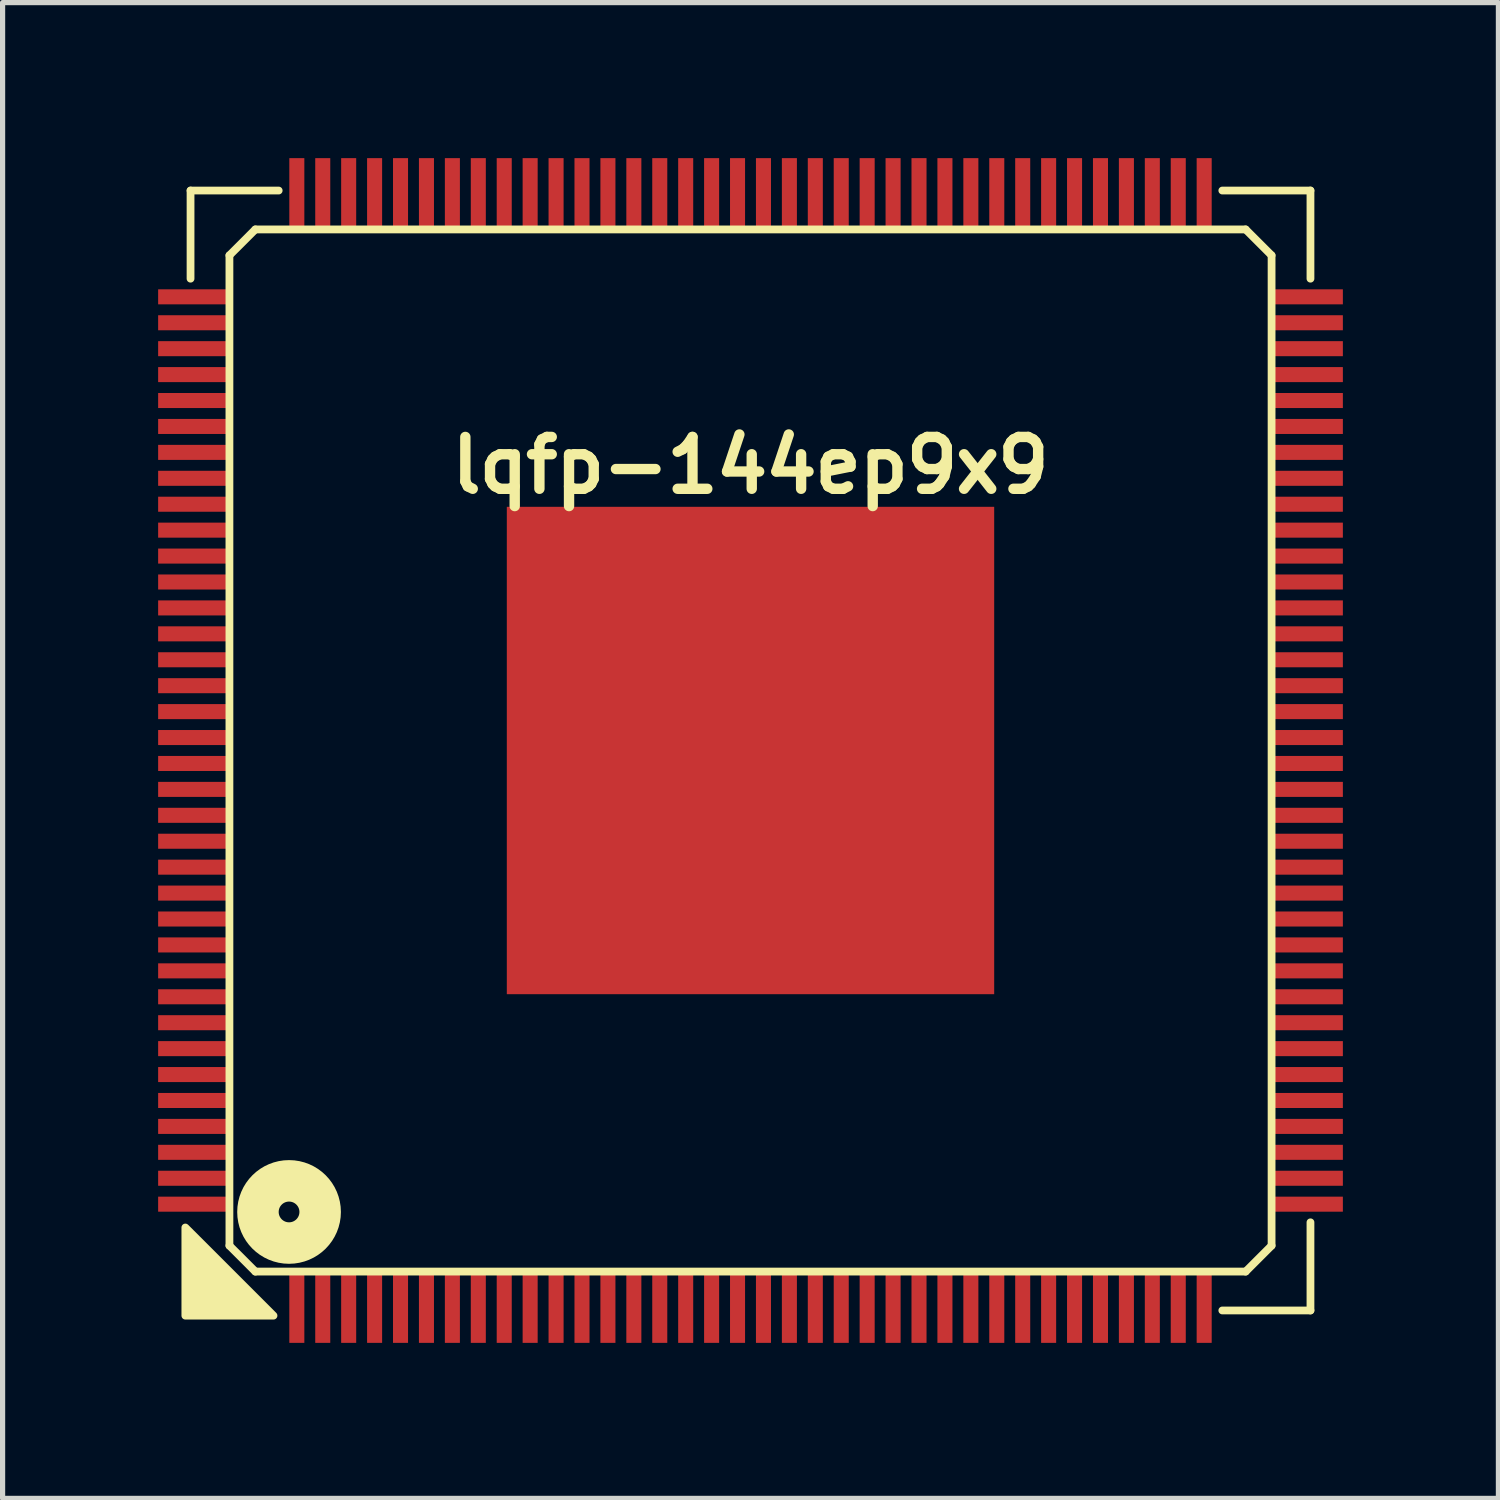
<source format=kicad_pcb>
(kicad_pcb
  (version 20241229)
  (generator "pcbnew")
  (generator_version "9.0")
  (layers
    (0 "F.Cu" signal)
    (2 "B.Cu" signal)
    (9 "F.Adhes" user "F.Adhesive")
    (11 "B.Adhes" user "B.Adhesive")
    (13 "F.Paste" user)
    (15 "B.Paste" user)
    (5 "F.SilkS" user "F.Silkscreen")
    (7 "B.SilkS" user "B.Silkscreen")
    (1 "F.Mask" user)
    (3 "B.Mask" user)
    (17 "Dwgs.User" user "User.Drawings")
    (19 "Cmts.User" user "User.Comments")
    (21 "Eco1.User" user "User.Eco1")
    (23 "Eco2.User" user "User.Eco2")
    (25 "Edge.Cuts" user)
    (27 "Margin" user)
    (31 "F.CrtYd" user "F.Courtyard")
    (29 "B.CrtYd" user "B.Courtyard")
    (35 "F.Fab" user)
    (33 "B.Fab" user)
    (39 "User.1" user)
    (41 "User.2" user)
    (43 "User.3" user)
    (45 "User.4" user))
  (footprint "lqfp-144ep9x9"
    (layer "F.Cu")
    (at 11.425 11.425)
    (property "Reference" "lqfp-144ep9x9" (at 0 -5.5 0) (layer "F.SilkS") (effects (font (size 1 1) (thickness 0.2))))
    (attr smd)
    (fp_line (start -10.8 -10.8) (end -9.1 -10.8) (stroke (width 0.15) (type solid)) (layer "F.SilkS"))
    (fp_line (start -10.8 -9.1) (end -10.8 -10.8) (stroke (width 0.15) (type solid)) (layer "F.SilkS"))
    (fp_line (start -10.05 -9.55) (end -9.55 -10.05) (stroke (width 0.15) (type solid)) (layer "F.SilkS"))
    (fp_line (start -10.05 9.55) (end -10.05 -9.55) (stroke (width 0.15) (type solid)) (layer "F.SilkS"))
    (fp_line (start -9.55 -10.05) (end 9.55 -10.05) (stroke (width 0.15) (type solid)) (layer "F.SilkS"))
    (fp_line (start -9.55 10.05) (end -10.05 9.55) (stroke (width 0.15) (type solid)) (layer "F.SilkS"))
    (fp_line (start 9.1 -10.8) (end 10.8 -10.8) (stroke (width 0.15) (type solid)) (layer "F.SilkS"))
    (fp_line (start 9.55 -10.05) (end 10.05 -9.55) (stroke (width 0.15) (type solid)) (layer "F.SilkS"))
    (fp_line (start 9.55 10.05) (end -9.55 10.05) (stroke (width 0.15) (type solid)) (layer "F.SilkS"))
    (fp_line (start 10.05 -9.55) (end 10.05 9.55) (stroke (width 0.15) (type solid)) (layer "F.SilkS"))
    (fp_line (start 10.05 9.55) (end 9.55 10.05) (stroke (width 0.15) (type solid)) (layer "F.SilkS"))
    (fp_line (start 10.8 -10.8) (end 10.8 -9.1) (stroke (width 0.15) (type solid)) (layer "F.SilkS"))
    (fp_line (start 10.8 9.1) (end 10.8 10.8) (stroke (width 0.15) (type solid)) (layer "F.SilkS"))
    (fp_line (start 10.8 10.8) (end 9.1 10.8) (stroke (width 0.15) (type solid)) (layer "F.SilkS"))
    (fp_circle (center -8.9 8.9) (end -8.7 8.9) (stroke (width 0.8) (type solid)) (fill no) (layer "F.SilkS"))
    (fp_poly (pts (xy -9.2 10.9) (xy -10.9 10.9) (xy -10.9 9.2)) (stroke (width 0.15) (type solid)) (fill yes) (layer "F.SilkS"))
    (pad "" smd rect (at -3.45 -3.45) (size 2 2) (layers "F.Paste"))
    (pad "" smd rect (at -3.45 -1.15) (size 2 2) (layers "F.Paste"))
    (pad "" smd rect (at -3.45 1.15) (size 2 2) (layers "F.Paste"))
    (pad "" smd rect (at -3.45 3.45) (size 2 2) (layers "F.Paste"))
    (pad "" smd rect (at -1.15 -3.45) (size 2 2) (layers "F.Paste"))
    (pad "" smd rect (at -1.15 -1.15) (size 2 2) (layers "F.Paste"))
    (pad "" smd rect (at -1.15 1.15) (size 2 2) (layers "F.Paste"))
    (pad "" smd rect (at -1.15 3.45) (size 2 2) (layers "F.Paste"))
    (pad "" smd rect (at 1.15 -3.45) (size 2 2) (layers "F.Paste"))
    (pad "" smd rect (at 1.15 -1.15) (size 2 2) (layers "F.Paste"))
    (pad "" smd rect (at 1.15 1.15) (size 2 2) (layers "F.Paste"))
    (pad "" smd rect (at 1.15 3.45) (size 2 2) (layers "F.Paste"))
    (pad "" smd rect (at 3.45 -3.45) (size 2 2) (layers "F.Paste"))
    (pad "" smd rect (at 3.45 -1.15) (size 2 2) (layers "F.Paste"))
    (pad "" smd rect (at 3.45 1.15) (size 2 2) (layers "F.Paste"))
    (pad "" smd rect (at 3.45 3.45) (size 2 2) (layers "F.Paste"))
    (pad "1" smd rect (at -8.75 10.75) (size 0.29 1.35) (layers "F.Cu" "F.Mask" "F.Paste"))
    (pad "2" smd rect (at -8.25 10.75) (size 0.29 1.35) (layers "F.Cu" "F.Mask" "F.Paste"))
    (pad "3" smd rect (at -7.75 10.75) (size 0.29 1.35) (layers "F.Cu" "F.Mask" "F.Paste"))
    (pad "4" smd rect (at -7.25 10.75) (size 0.29 1.35) (layers "F.Cu" "F.Mask" "F.Paste"))
    (pad "5" smd rect (at -6.75 10.75) (size 0.29 1.35) (layers "F.Cu" "F.Mask" "F.Paste"))
    (pad "6" smd rect (at -6.25 10.75) (size 0.29 1.35) (layers "F.Cu" "F.Mask" "F.Paste"))
    (pad "7" smd rect (at -5.75 10.75) (size 0.29 1.35) (layers "F.Cu" "F.Mask" "F.Paste"))
    (pad "8" smd rect (at -5.25 10.75) (size 0.29 1.35) (layers "F.Cu" "F.Mask" "F.Paste"))
    (pad "9" smd rect (at -4.75 10.75) (size 0.29 1.35) (layers "F.Cu" "F.Mask" "F.Paste"))
    (pad "10" smd rect (at -4.25 10.75) (size 0.29 1.35) (layers "F.Cu" "F.Mask" "F.Paste"))
    (pad "11" smd rect (at -3.75 10.75) (size 0.29 1.35) (layers "F.Cu" "F.Mask" "F.Paste"))
    (pad "12" smd rect (at -3.25 10.75) (size 0.29 1.35) (layers "F.Cu" "F.Mask" "F.Paste"))
    (pad "13" smd rect (at -2.75 10.75) (size 0.29 1.35) (layers "F.Cu" "F.Mask" "F.Paste"))
    (pad "14" smd rect (at -2.25 10.75) (size 0.29 1.35) (layers "F.Cu" "F.Mask" "F.Paste"))
    (pad "15" smd rect (at -1.75 10.75) (size 0.29 1.35) (layers "F.Cu" "F.Mask" "F.Paste"))
    (pad "16" smd rect (at -1.25 10.75) (size 0.29 1.35) (layers "F.Cu" "F.Mask" "F.Paste"))
    (pad "17" smd rect (at -0.75 10.75) (size 0.29 1.35) (layers "F.Cu" "F.Mask" "F.Paste"))
    (pad "18" smd rect (at -0.25 10.75) (size 0.29 1.35) (layers "F.Cu" "F.Mask" "F.Paste"))
    (pad "19" smd rect (at 0.25 10.75) (size 0.29 1.35) (layers "F.Cu" "F.Mask" "F.Paste"))
    (pad "20" smd rect (at 0.75 10.75) (size 0.29 1.35) (layers "F.Cu" "F.Mask" "F.Paste"))
    (pad "21" smd rect (at 1.25 10.75) (size 0.29 1.35) (layers "F.Cu" "F.Mask" "F.Paste"))
    (pad "22" smd rect (at 1.75 10.75) (size 0.29 1.35) (layers "F.Cu" "F.Mask" "F.Paste"))
    (pad "23" smd rect (at 2.25 10.75) (size 0.29 1.35) (layers "F.Cu" "F.Mask" "F.Paste"))
    (pad "24" smd rect (at 2.75 10.75) (size 0.29 1.35) (layers "F.Cu" "F.Mask" "F.Paste"))
    (pad "25" smd rect (at 3.25 10.75) (size 0.29 1.35) (layers "F.Cu" "F.Mask" "F.Paste"))
    (pad "26" smd rect (at 3.75 10.75) (size 0.29 1.35) (layers "F.Cu" "F.Mask" "F.Paste"))
    (pad "27" smd rect (at 4.25 10.75) (size 0.29 1.35) (layers "F.Cu" "F.Mask" "F.Paste"))
    (pad "28" smd rect (at 4.75 10.75) (size 0.29 1.35) (layers "F.Cu" "F.Mask" "F.Paste"))
    (pad "29" smd rect (at 5.25 10.75) (size 0.29 1.35) (layers "F.Cu" "F.Mask" "F.Paste"))
    (pad "30" smd rect (at 5.75 10.75) (size 0.29 1.35) (layers "F.Cu" "F.Mask" "F.Paste"))
    (pad "31" smd rect (at 6.25 10.75) (size 0.29 1.35) (layers "F.Cu" "F.Mask" "F.Paste"))
    (pad "32" smd rect (at 6.75 10.75) (size 0.29 1.35) (layers "F.Cu" "F.Mask" "F.Paste"))
    (pad "33" smd rect (at 7.25 10.75) (size 0.29 1.35) (layers "F.Cu" "F.Mask" "F.Paste"))
    (pad "34" smd rect (at 7.75 10.75) (size 0.29 1.35) (layers "F.Cu" "F.Mask" "F.Paste"))
    (pad "35" smd rect (at 8.25 10.75) (size 0.29 1.35) (layers "F.Cu" "F.Mask" "F.Paste"))
    (pad "36" smd rect (at 8.75 10.75) (size 0.29 1.35) (layers "F.Cu" "F.Mask" "F.Paste"))
    (pad "37" smd rect (at 10.75 8.75) (size 1.35 0.29) (layers "F.Cu" "F.Mask" "F.Paste"))
    (pad "38" smd rect (at 10.75 8.25) (size 1.35 0.29) (layers "F.Cu" "F.Mask" "F.Paste"))
    (pad "39" smd rect (at 10.75 7.75) (size 1.35 0.29) (layers "F.Cu" "F.Mask" "F.Paste"))
    (pad "40" smd rect (at 10.75 7.25) (size 1.35 0.29) (layers "F.Cu" "F.Mask" "F.Paste"))
    (pad "41" smd rect (at 10.75 6.75) (size 1.35 0.29) (layers "F.Cu" "F.Mask" "F.Paste"))
    (pad "42" smd rect (at 10.75 6.25) (size 1.35 0.29) (layers "F.Cu" "F.Mask" "F.Paste"))
    (pad "43" smd rect (at 10.75 5.75) (size 1.35 0.29) (layers "F.Cu" "F.Mask" "F.Paste"))
    (pad "44" smd rect (at 10.75 5.25) (size 1.35 0.29) (layers "F.Cu" "F.Mask" "F.Paste"))
    (pad "45" smd rect (at 10.75 4.75) (size 1.35 0.29) (layers "F.Cu" "F.Mask" "F.Paste"))
    (pad "46" smd rect (at 10.75 4.25) (size 1.35 0.29) (layers "F.Cu" "F.Mask" "F.Paste"))
    (pad "47" smd rect (at 10.75 3.75) (size 1.35 0.29) (layers "F.Cu" "F.Mask" "F.Paste"))
    (pad "48" smd rect (at 10.75 3.25) (size 1.35 0.29) (layers "F.Cu" "F.Mask" "F.Paste"))
    (pad "49" smd rect (at 10.75 2.75) (size 1.35 0.29) (layers "F.Cu" "F.Mask" "F.Paste"))
    (pad "50" smd rect (at 10.75 2.25) (size 1.35 0.29) (layers "F.Cu" "F.Mask" "F.Paste"))
    (pad "51" smd rect (at 10.75 1.75) (size 1.35 0.29) (layers "F.Cu" "F.Mask" "F.Paste"))
    (pad "52" smd rect (at 10.75 1.25) (size 1.35 0.29) (layers "F.Cu" "F.Mask" "F.Paste"))
    (pad "53" smd rect (at 10.75 0.75) (size 1.35 0.29) (layers "F.Cu" "F.Mask" "F.Paste"))
    (pad "54" smd rect (at 10.75 0.25) (size 1.35 0.29) (layers "F.Cu" "F.Mask" "F.Paste"))
    (pad "55" smd rect (at 10.75 -0.25) (size 1.35 0.29) (layers "F.Cu" "F.Mask" "F.Paste"))
    (pad "56" smd rect (at 10.75 -0.75) (size 1.35 0.29) (layers "F.Cu" "F.Mask" "F.Paste"))
    (pad "57" smd rect (at 10.75 -1.25) (size 1.35 0.29) (layers "F.Cu" "F.Mask" "F.Paste"))
    (pad "58" smd rect (at 10.75 -1.75) (size 1.35 0.29) (layers "F.Cu" "F.Mask" "F.Paste"))
    (pad "59" smd rect (at 10.75 -2.25) (size 1.35 0.29) (layers "F.Cu" "F.Mask" "F.Paste"))
    (pad "60" smd rect (at 10.75 -2.75) (size 1.35 0.29) (layers "F.Cu" "F.Mask" "F.Paste"))
    (pad "61" smd rect (at 10.75 -3.25) (size 1.35 0.29) (layers "F.Cu" "F.Mask" "F.Paste"))
    (pad "62" smd rect (at 10.75 -3.75) (size 1.35 0.29) (layers "F.Cu" "F.Mask" "F.Paste"))
    (pad "63" smd rect (at 10.75 -4.25) (size 1.35 0.29) (layers "F.Cu" "F.Mask" "F.Paste"))
    (pad "64" smd rect (at 10.75 -4.75) (size 1.35 0.29) (layers "F.Cu" "F.Mask" "F.Paste"))
    (pad "65" smd rect (at 10.75 -5.25) (size 1.35 0.29) (layers "F.Cu" "F.Mask" "F.Paste"))
    (pad "66" smd rect (at 10.75 -5.75) (size 1.35 0.29) (layers "F.Cu" "F.Mask" "F.Paste"))
    (pad "67" smd rect (at 10.75 -6.25) (size 1.35 0.29) (layers "F.Cu" "F.Mask" "F.Paste"))
    (pad "68" smd rect (at 10.75 -6.75) (size 1.35 0.29) (layers "F.Cu" "F.Mask" "F.Paste"))
    (pad "69" smd rect (at 10.75 -7.25) (size 1.35 0.29) (layers "F.Cu" "F.Mask" "F.Paste"))
    (pad "70" smd rect (at 10.75 -7.75) (size 1.35 0.29) (layers "F.Cu" "F.Mask" "F.Paste"))
    (pad "71" smd rect (at 10.75 -8.25) (size 1.35 0.29) (layers "F.Cu" "F.Mask" "F.Paste"))
    (pad "72" smd rect (at 10.75 -8.75) (size 1.35 0.29) (layers "F.Cu" "F.Mask" "F.Paste"))
    (pad "73" smd rect (at 8.75 -10.75) (size 0.29 1.35) (layers "F.Cu" "F.Mask" "F.Paste"))
    (pad "74" smd rect (at 8.25 -10.75) (size 0.29 1.35) (layers "F.Cu" "F.Mask" "F.Paste"))
    (pad "75" smd rect (at 7.75 -10.75) (size 0.29 1.35) (layers "F.Cu" "F.Mask" "F.Paste"))
    (pad "76" smd rect (at 7.25 -10.75) (size 0.29 1.35) (layers "F.Cu" "F.Mask" "F.Paste"))
    (pad "77" smd rect (at 6.75 -10.75) (size 0.29 1.35) (layers "F.Cu" "F.Mask" "F.Paste"))
    (pad "78" smd rect (at 6.25 -10.75) (size 0.29 1.35) (layers "F.Cu" "F.Mask" "F.Paste"))
    (pad "79" smd rect (at 5.75 -10.75) (size 0.29 1.35) (layers "F.Cu" "F.Mask" "F.Paste"))
    (pad "80" smd rect (at 5.25 -10.75) (size 0.29 1.35) (layers "F.Cu" "F.Mask" "F.Paste"))
    (pad "81" smd rect (at 4.75 -10.75) (size 0.29 1.35) (layers "F.Cu" "F.Mask" "F.Paste"))
    (pad "82" smd rect (at 4.25 -10.75) (size 0.29 1.35) (layers "F.Cu" "F.Mask" "F.Paste"))
    (pad "83" smd rect (at 3.75 -10.75) (size 0.29 1.35) (layers "F.Cu" "F.Mask" "F.Paste"))
    (pad "84" smd rect (at 3.25 -10.75) (size 0.29 1.35) (layers "F.Cu" "F.Mask" "F.Paste"))
    (pad "85" smd rect (at 2.75 -10.75) (size 0.29 1.35) (layers "F.Cu" "F.Mask" "F.Paste"))
    (pad "86" smd rect (at 2.25 -10.75) (size 0.29 1.35) (layers "F.Cu" "F.Mask" "F.Paste"))
    (pad "87" smd rect (at 1.75 -10.75) (size 0.29 1.35) (layers "F.Cu" "F.Mask" "F.Paste"))
    (pad "88" smd rect (at 1.25 -10.75) (size 0.29 1.35) (layers "F.Cu" "F.Mask" "F.Paste"))
    (pad "89" smd rect (at 0.75 -10.75) (size 0.29 1.35) (layers "F.Cu" "F.Mask" "F.Paste"))
    (pad "90" smd rect (at 0.25 -10.75) (size 0.29 1.35) (layers "F.Cu" "F.Mask" "F.Paste"))
    (pad "91" smd rect (at -0.25 -10.75) (size 0.29 1.35) (layers "F.Cu" "F.Mask" "F.Paste"))
    (pad "92" smd rect (at -0.75 -10.75) (size 0.29 1.35) (layers "F.Cu" "F.Mask" "F.Paste"))
    (pad "93" smd rect (at -1.25 -10.75) (size 0.29 1.35) (layers "F.Cu" "F.Mask" "F.Paste"))
    (pad "94" smd rect (at -1.75 -10.75) (size 0.29 1.35) (layers "F.Cu" "F.Mask" "F.Paste"))
    (pad "95" smd rect (at -2.25 -10.75) (size 0.29 1.35) (layers "F.Cu" "F.Mask" "F.Paste"))
    (pad "96" smd rect (at -2.75 -10.75) (size 0.29 1.35) (layers "F.Cu" "F.Mask" "F.Paste"))
    (pad "97" smd rect (at -3.25 -10.75) (size 0.29 1.35) (layers "F.Cu" "F.Mask" "F.Paste"))
    (pad "98" smd rect (at -3.75 -10.75) (size 0.29 1.35) (layers "F.Cu" "F.Mask" "F.Paste"))
    (pad "99" smd rect (at -4.25 -10.75) (size 0.29 1.35) (layers "F.Cu" "F.Mask" "F.Paste"))
    (pad "100" smd rect (at -4.75 -10.75) (size 0.29 1.35) (layers "F.Cu" "F.Mask" "F.Paste"))
    (pad "101" smd rect (at -5.25 -10.75) (size 0.29 1.35) (layers "F.Cu" "F.Mask" "F.Paste"))
    (pad "102" smd rect (at -5.75 -10.75) (size 0.29 1.35) (layers "F.Cu" "F.Mask" "F.Paste"))
    (pad "103" smd rect (at -6.25 -10.75) (size 0.29 1.35) (layers "F.Cu" "F.Mask" "F.Paste"))
    (pad "104" smd rect (at -6.75 -10.75) (size 0.29 1.35) (layers "F.Cu" "F.Mask" "F.Paste"))
    (pad "105" smd rect (at -7.25 -10.75) (size 0.29 1.35) (layers "F.Cu" "F.Mask" "F.Paste"))
    (pad "106" smd rect (at -7.75 -10.75) (size 0.29 1.35) (layers "F.Cu" "F.Mask" "F.Paste"))
    (pad "107" smd rect (at -8.25 -10.75) (size 0.29 1.35) (layers "F.Cu" "F.Mask" "F.Paste"))
    (pad "108" smd rect (at -8.75 -10.75) (size 0.29 1.35) (layers "F.Cu" "F.Mask" "F.Paste"))
    (pad "109" smd rect (at -10.75 -8.75) (size 1.35 0.29) (layers "F.Cu" "F.Mask" "F.Paste"))
    (pad "110" smd rect (at -10.75 -8.25) (size 1.35 0.29) (layers "F.Cu" "F.Mask" "F.Paste"))
    (pad "111" smd rect (at -10.75 -7.75) (size 1.35 0.29) (layers "F.Cu" "F.Mask" "F.Paste"))
    (pad "112" smd rect (at -10.75 -7.25) (size 1.35 0.29) (layers "F.Cu" "F.Mask" "F.Paste"))
    (pad "113" smd rect (at -10.75 -6.75) (size 1.35 0.29) (layers "F.Cu" "F.Mask" "F.Paste"))
    (pad "114" smd rect (at -10.75 -6.25) (size 1.35 0.29) (layers "F.Cu" "F.Mask" "F.Paste"))
    (pad "115" smd rect (at -10.75 -5.75) (size 1.35 0.29) (layers "F.Cu" "F.Mask" "F.Paste"))
    (pad "116" smd rect (at -10.75 -5.25) (size 1.35 0.29) (layers "F.Cu" "F.Mask" "F.Paste"))
    (pad "117" smd rect (at -10.75 -4.75) (size 1.35 0.29) (layers "F.Cu" "F.Mask" "F.Paste"))
    (pad "118" smd rect (at -10.75 -4.25) (size 1.35 0.29) (layers "F.Cu" "F.Mask" "F.Paste"))
    (pad "119" smd rect (at -10.75 -3.75) (size 1.35 0.29) (layers "F.Cu" "F.Mask" "F.Paste"))
    (pad "120" smd rect (at -10.75 -3.25) (size 1.35 0.29) (layers "F.Cu" "F.Mask" "F.Paste"))
    (pad "121" smd rect (at -10.75 -2.75) (size 1.35 0.29) (layers "F.Cu" "F.Mask" "F.Paste"))
    (pad "122" smd rect (at -10.75 -2.25) (size 1.35 0.29) (layers "F.Cu" "F.Mask" "F.Paste"))
    (pad "123" smd rect (at -10.75 -1.75) (size 1.35 0.29) (layers "F.Cu" "F.Mask" "F.Paste"))
    (pad "124" smd rect (at -10.75 -1.25) (size 1.35 0.29) (layers "F.Cu" "F.Mask" "F.Paste"))
    (pad "125" smd rect (at -10.75 -0.75) (size 1.35 0.29) (layers "F.Cu" "F.Mask" "F.Paste"))
    (pad "126" smd rect (at -10.75 -0.25) (size 1.35 0.29) (layers "F.Cu" "F.Mask" "F.Paste"))
    (pad "127" smd rect (at -10.75 0.25) (size 1.35 0.29) (layers "F.Cu" "F.Mask" "F.Paste"))
    (pad "128" smd rect (at -10.75 0.75) (size 1.35 0.29) (layers "F.Cu" "F.Mask" "F.Paste"))
    (pad "129" smd rect (at -10.75 1.25) (size 1.35 0.29) (layers "F.Cu" "F.Mask" "F.Paste"))
    (pad "130" smd rect (at -10.75 1.75) (size 1.35 0.29) (layers "F.Cu" "F.Mask" "F.Paste"))
    (pad "131" smd rect (at -10.75 2.25) (size 1.35 0.29) (layers "F.Cu" "F.Mask" "F.Paste"))
    (pad "132" smd rect (at -10.75 2.75) (size 1.35 0.29) (layers "F.Cu" "F.Mask" "F.Paste"))
    (pad "133" smd rect (at -10.75 3.25) (size 1.35 0.29) (layers "F.Cu" "F.Mask" "F.Paste"))
    (pad "134" smd rect (at -10.75 3.75) (size 1.35 0.29) (layers "F.Cu" "F.Mask" "F.Paste"))
    (pad "135" smd rect (at -10.75 4.25) (size 1.35 0.29) (layers "F.Cu" "F.Mask" "F.Paste"))
    (pad "136" smd rect (at -10.75 4.75) (size 1.35 0.29) (layers "F.Cu" "F.Mask" "F.Paste"))
    (pad "137" smd rect (at -10.75 5.25) (size 1.35 0.29) (layers "F.Cu" "F.Mask" "F.Paste"))
    (pad "138" smd rect (at -10.75 5.75) (size 1.35 0.29) (layers "F.Cu" "F.Mask" "F.Paste"))
    (pad "139" smd rect (at -10.75 6.25) (size 1.35 0.29) (layers "F.Cu" "F.Mask" "F.Paste"))
    (pad "140" smd rect (at -10.75 6.75) (size 1.35 0.29) (layers "F.Cu" "F.Mask" "F.Paste"))
    (pad "141" smd rect (at -10.75 7.25) (size 1.35 0.29) (layers "F.Cu" "F.Mask" "F.Paste"))
    (pad "142" smd rect (at -10.75 7.75) (size 1.35 0.29) (layers "F.Cu" "F.Mask" "F.Paste"))
    (pad "143" smd rect (at -10.75 8.25) (size 1.35 0.29) (layers "F.Cu" "F.Mask" "F.Paste"))
    (pad "144" smd rect (at -10.75 8.75) (size 1.35 0.29) (layers "F.Cu" "F.Mask" "F.Paste"))
    (pad "145" smd rect (at 0 0) (size 9.4 9.4) (layers "F.Cu" "F.Mask")))
  (gr_rect
    (start -3 -3)
    (end 25.85 25.85)
    (stroke (width 0.1) (type default))
    (fill no)
    (layer "Edge.Cuts")))
</source>
